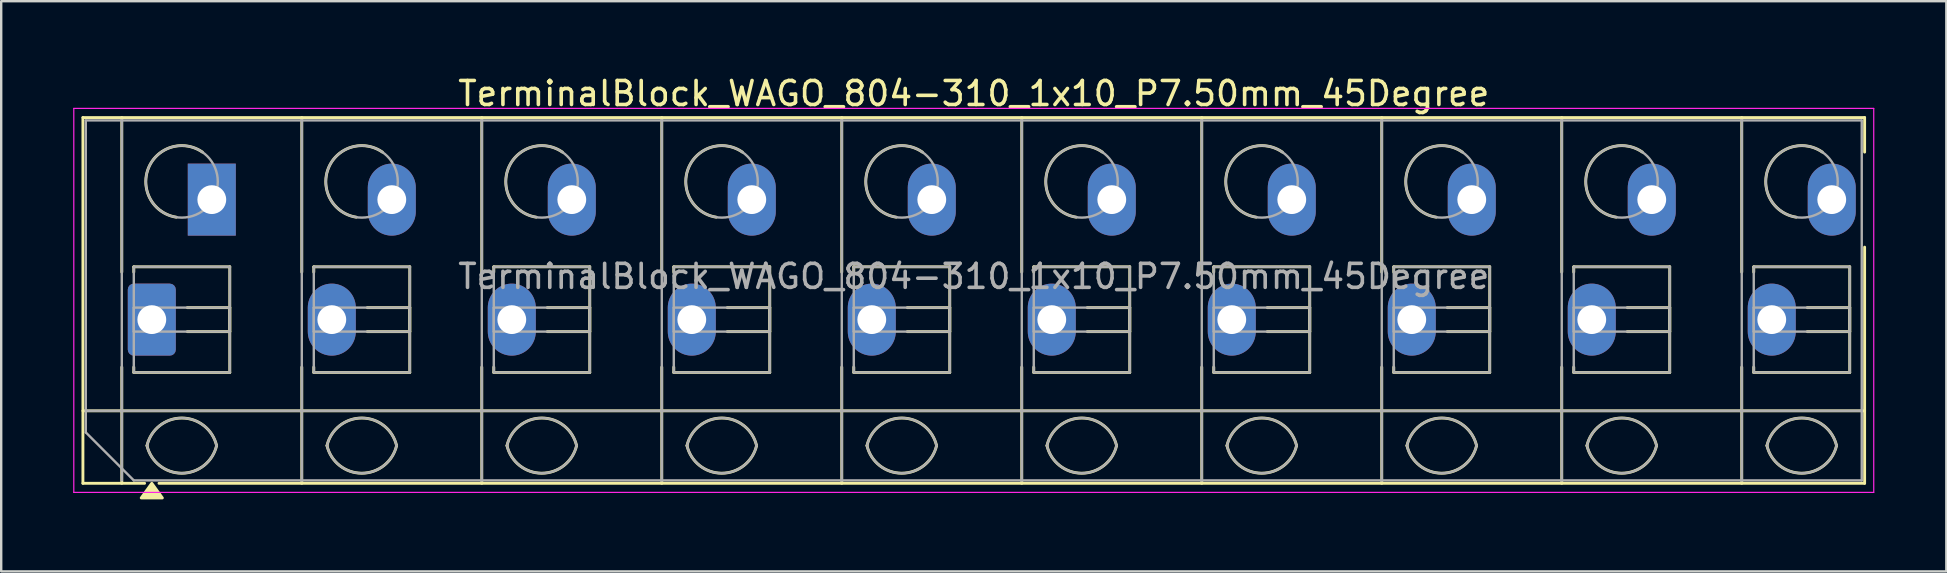
<source format=kicad_pcb>
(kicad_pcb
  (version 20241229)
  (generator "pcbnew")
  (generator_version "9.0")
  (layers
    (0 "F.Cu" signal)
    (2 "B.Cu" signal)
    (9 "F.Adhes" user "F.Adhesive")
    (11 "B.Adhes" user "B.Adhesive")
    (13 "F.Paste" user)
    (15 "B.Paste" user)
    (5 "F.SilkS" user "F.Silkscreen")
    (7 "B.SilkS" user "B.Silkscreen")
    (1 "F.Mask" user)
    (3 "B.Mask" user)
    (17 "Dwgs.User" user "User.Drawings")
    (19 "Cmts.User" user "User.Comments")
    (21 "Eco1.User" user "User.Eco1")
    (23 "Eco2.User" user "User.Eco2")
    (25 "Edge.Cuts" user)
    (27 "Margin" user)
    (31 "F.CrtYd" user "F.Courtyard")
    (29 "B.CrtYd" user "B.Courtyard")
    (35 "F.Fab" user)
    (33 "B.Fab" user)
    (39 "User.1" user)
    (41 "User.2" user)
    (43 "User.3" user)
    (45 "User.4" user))
  (footprint "TerminalBlock_WAGO_804-310_1x10_P7.50mm_45Degree"
    (layer "F.Cu")
    (at 3.275 10.268)
    (property "Reference" "TerminalBlock_WAGO_804-310_1x10_P7.50mm_45Degree" (at 34.25 -9.42 0) (layer "F.SilkS") (effects (font (size 1 1) (thickness 0.15))))
    (attr through_hole)
    (fp_line (start -2.87 -8.42) (end 71.37 -8.42) (stroke (width 0.12) (type solid)) (layer "F.SilkS"))
    (fp_line (start -2.87 3.8) (end 71.37 3.8) (stroke (width 0.12) (type solid)) (layer "F.SilkS"))
    (fp_line (start -2.87 6.82) (end -2.87 -8.42) (stroke (width 0.12) (type solid)) (layer "F.SilkS"))
    (fp_line (start -1.25 -8.42) (end -1.25 -1.98) (stroke (width 0.12) (type solid)) (layer "F.SilkS"))
    (fp_line (start -1.25 1.98) (end -1.25 6.82) (stroke (width 0.12) (type solid)) (layer "F.SilkS"))
    (fp_line (start -0.75 -2.2) (end 3.25 -2.2) (stroke (width 0.12) (type solid)) (layer "F.SilkS"))
    (fp_line (start -0.75 -1.98) (end -0.75 -2.2) (stroke (width 0.12) (type solid)) (layer "F.SilkS"))
    (fp_line (start -0.75 2.2) (end -0.75 1.98) (stroke (width 0.12) (type solid)) (layer "F.SilkS"))
    (fp_line (start -0.3 6.82) (end -2.87 6.82) (stroke (width 0.12) (type solid)) (layer "F.SilkS"))
    (fp_line (start 1.48 -0.5) (end 3.25 -0.5) (stroke (width 0.12) (type solid)) (layer "F.SilkS"))
    (fp_line (start 3.25 -2.2) (end 3.25 2.2) (stroke (width 0.12) (type solid)) (layer "F.SilkS"))
    (fp_line (start 3.25 -0.5) (end 3.25 0.5) (stroke (width 0.12) (type solid)) (layer "F.SilkS"))
    (fp_line (start 3.25 0.5) (end 1.48 0.5) (stroke (width 0.12) (type solid)) (layer "F.SilkS"))
    (fp_line (start 3.25 2.2) (end -0.75 2.2) (stroke (width 0.12) (type solid)) (layer "F.SilkS"))
    (fp_line (start 6.25 -8.42) (end 6.25 -1.98) (stroke (width 0.12) (type solid)) (layer "F.SilkS"))
    (fp_line (start 6.25 1.98) (end 6.25 6.82) (stroke (width 0.12) (type solid)) (layer "F.SilkS"))
    (fp_line (start 6.75 -2.2) (end 10.75 -2.2) (stroke (width 0.12) (type solid)) (layer "F.SilkS"))
    (fp_line (start 6.75 -1.98) (end 6.75 -2.2) (stroke (width 0.12) (type solid)) (layer "F.SilkS"))
    (fp_line (start 6.75 2.2) (end 6.75 1.98) (stroke (width 0.12) (type solid)) (layer "F.SilkS"))
    (fp_line (start 8.98 -0.5) (end 10.75 -0.5) (stroke (width 0.12) (type solid)) (layer "F.SilkS"))
    (fp_line (start 10.75 -2.2) (end 10.75 2.2) (stroke (width 0.12) (type solid)) (layer "F.SilkS"))
    (fp_line (start 10.75 -0.5) (end 10.75 0.5) (stroke (width 0.12) (type solid)) (layer "F.SilkS"))
    (fp_line (start 10.75 0.5) (end 8.98 0.5) (stroke (width 0.12) (type solid)) (layer "F.SilkS"))
    (fp_line (start 10.75 2.2) (end 6.75 2.2) (stroke (width 0.12) (type solid)) (layer "F.SilkS"))
    (fp_line (start 13.75 -8.42) (end 13.75 -1.98) (stroke (width 0.12) (type solid)) (layer "F.SilkS"))
    (fp_line (start 13.75 1.98) (end 13.75 6.82) (stroke (width 0.12) (type solid)) (layer "F.SilkS"))
    (fp_line (start 14.25 -2.2) (end 18.25 -2.2) (stroke (width 0.12) (type solid)) (layer "F.SilkS"))
    (fp_line (start 14.25 -1.98) (end 14.25 -2.2) (stroke (width 0.12) (type solid)) (layer "F.SilkS"))
    (fp_line (start 14.25 2.2) (end 14.25 1.98) (stroke (width 0.12) (type solid)) (layer "F.SilkS"))
    (fp_line (start 16.48 -0.5) (end 18.25 -0.5) (stroke (width 0.12) (type solid)) (layer "F.SilkS"))
    (fp_line (start 18.25 -2.2) (end 18.25 2.2) (stroke (width 0.12) (type solid)) (layer "F.SilkS"))
    (fp_line (start 18.25 -0.5) (end 18.25 0.5) (stroke (width 0.12) (type solid)) (layer "F.SilkS"))
    (fp_line (start 18.25 0.5) (end 16.48 0.5) (stroke (width 0.12) (type solid)) (layer "F.SilkS"))
    (fp_line (start 18.25 2.2) (end 14.25 2.2) (stroke (width 0.12) (type solid)) (layer "F.SilkS"))
    (fp_line (start 21.25 -8.42) (end 21.25 -1.98) (stroke (width 0.12) (type solid)) (layer "F.SilkS"))
    (fp_line (start 21.25 1.98) (end 21.25 6.82) (stroke (width 0.12) (type solid)) (layer "F.SilkS"))
    (fp_line (start 21.75 -2.2) (end 25.75 -2.2) (stroke (width 0.12) (type solid)) (layer "F.SilkS"))
    (fp_line (start 21.75 -1.98) (end 21.75 -2.2) (stroke (width 0.12) (type solid)) (layer "F.SilkS"))
    (fp_line (start 21.75 2.2) (end 21.75 1.98) (stroke (width 0.12) (type solid)) (layer "F.SilkS"))
    (fp_line (start 23.98 -0.5) (end 25.75 -0.5) (stroke (width 0.12) (type solid)) (layer "F.SilkS"))
    (fp_line (start 25.75 -2.2) (end 25.75 2.2) (stroke (width 0.12) (type solid)) (layer "F.SilkS"))
    (fp_line (start 25.75 -0.5) (end 25.75 0.5) (stroke (width 0.12) (type solid)) (layer "F.SilkS"))
    (fp_line (start 25.75 0.5) (end 23.98 0.5) (stroke (width 0.12) (type solid)) (layer "F.SilkS"))
    (fp_line (start 25.75 2.2) (end 21.75 2.2) (stroke (width 0.12) (type solid)) (layer "F.SilkS"))
    (fp_line (start 28.75 -8.42) (end 28.75 -1.98) (stroke (width 0.12) (type solid)) (layer "F.SilkS"))
    (fp_line (start 28.75 1.98) (end 28.75 6.82) (stroke (width 0.12) (type solid)) (layer "F.SilkS"))
    (fp_line (start 29.25 -2.2) (end 33.25 -2.2) (stroke (width 0.12) (type solid)) (layer "F.SilkS"))
    (fp_line (start 29.25 -1.98) (end 29.25 -2.2) (stroke (width 0.12) (type solid)) (layer "F.SilkS"))
    (fp_line (start 29.25 2.2) (end 29.25 1.98) (stroke (width 0.12) (type solid)) (layer "F.SilkS"))
    (fp_line (start 31.48 -0.5) (end 33.25 -0.5) (stroke (width 0.12) (type solid)) (layer "F.SilkS"))
    (fp_line (start 33.25 -2.2) (end 33.25 2.2) (stroke (width 0.12) (type solid)) (layer "F.SilkS"))
    (fp_line (start 33.25 -0.5) (end 33.25 0.5) (stroke (width 0.12) (type solid)) (layer "F.SilkS"))
    (fp_line (start 33.25 0.5) (end 31.48 0.5) (stroke (width 0.12) (type solid)) (layer "F.SilkS"))
    (fp_line (start 33.25 2.2) (end 29.25 2.2) (stroke (width 0.12) (type solid)) (layer "F.SilkS"))
    (fp_line (start 36.25 -8.42) (end 36.25 -1.98) (stroke (width 0.12) (type solid)) (layer "F.SilkS"))
    (fp_line (start 36.25 1.98) (end 36.25 6.82) (stroke (width 0.12) (type solid)) (layer "F.SilkS"))
    (fp_line (start 36.75 -2.2) (end 40.75 -2.2) (stroke (width 0.12) (type solid)) (layer "F.SilkS"))
    (fp_line (start 36.75 -1.98) (end 36.75 -2.2) (stroke (width 0.12) (type solid)) (layer "F.SilkS"))
    (fp_line (start 36.75 2.2) (end 36.75 1.98) (stroke (width 0.12) (type solid)) (layer "F.SilkS"))
    (fp_line (start 38.98 -0.5) (end 40.75 -0.5) (stroke (width 0.12) (type solid)) (layer "F.SilkS"))
    (fp_line (start 40.75 -2.2) (end 40.75 2.2) (stroke (width 0.12) (type solid)) (layer "F.SilkS"))
    (fp_line (start 40.75 -0.5) (end 40.75 0.5) (stroke (width 0.12) (type solid)) (layer "F.SilkS"))
    (fp_line (start 40.75 0.5) (end 38.98 0.5) (stroke (width 0.12) (type solid)) (layer "F.SilkS"))
    (fp_line (start 40.75 2.2) (end 36.75 2.2) (stroke (width 0.12) (type solid)) (layer "F.SilkS"))
    (fp_line (start 43.75 -8.42) (end 43.75 -1.98) (stroke (width 0.12) (type solid)) (layer "F.SilkS"))
    (fp_line (start 43.75 1.98) (end 43.75 6.82) (stroke (width 0.12) (type solid)) (layer "F.SilkS"))
    (fp_line (start 44.25 -2.2) (end 48.25 -2.2) (stroke (width 0.12) (type solid)) (layer "F.SilkS"))
    (fp_line (start 44.25 -1.98) (end 44.25 -2.2) (stroke (width 0.12) (type solid)) (layer "F.SilkS"))
    (fp_line (start 44.25 2.2) (end 44.25 1.98) (stroke (width 0.12) (type solid)) (layer "F.SilkS"))
    (fp_line (start 46.48 -0.5) (end 48.25 -0.5) (stroke (width 0.12) (type solid)) (layer "F.SilkS"))
    (fp_line (start 48.25 -2.2) (end 48.25 2.2) (stroke (width 0.12) (type solid)) (layer "F.SilkS"))
    (fp_line (start 48.25 -0.5) (end 48.25 0.5) (stroke (width 0.12) (type solid)) (layer "F.SilkS"))
    (fp_line (start 48.25 0.5) (end 46.48 0.5) (stroke (width 0.12) (type solid)) (layer "F.SilkS"))
    (fp_line (start 48.25 2.2) (end 44.25 2.2) (stroke (width 0.12) (type solid)) (layer "F.SilkS"))
    (fp_line (start 51.25 -8.42) (end 51.25 -1.98) (stroke (width 0.12) (type solid)) (layer "F.SilkS"))
    (fp_line (start 51.25 1.98) (end 51.25 6.82) (stroke (width 0.12) (type solid)) (layer "F.SilkS"))
    (fp_line (start 51.75 -2.2) (end 55.75 -2.2) (stroke (width 0.12) (type solid)) (layer "F.SilkS"))
    (fp_line (start 51.75 -1.98) (end 51.75 -2.2) (stroke (width 0.12) (type solid)) (layer "F.SilkS"))
    (fp_line (start 51.75 2.2) (end 51.75 1.98) (stroke (width 0.12) (type solid)) (layer "F.SilkS"))
    (fp_line (start 53.98 -0.5) (end 55.75 -0.5) (stroke (width 0.12) (type solid)) (layer "F.SilkS"))
    (fp_line (start 55.75 -2.2) (end 55.75 2.2) (stroke (width 0.12) (type solid)) (layer "F.SilkS"))
    (fp_line (start 55.75 -0.5) (end 55.75 0.5) (stroke (width 0.12) (type solid)) (layer "F.SilkS"))
    (fp_line (start 55.75 0.5) (end 53.98 0.5) (stroke (width 0.12) (type solid)) (layer "F.SilkS"))
    (fp_line (start 55.75 2.2) (end 51.75 2.2) (stroke (width 0.12) (type solid)) (layer "F.SilkS"))
    (fp_line (start 58.75 -8.42) (end 58.75 -1.98) (stroke (width 0.12) (type solid)) (layer "F.SilkS"))
    (fp_line (start 58.75 1.98) (end 58.75 6.82) (stroke (width 0.12) (type solid)) (layer "F.SilkS"))
    (fp_line (start 59.25 -2.2) (end 63.25 -2.2) (stroke (width 0.12) (type solid)) (layer "F.SilkS"))
    (fp_line (start 59.25 -1.98) (end 59.25 -2.2) (stroke (width 0.12) (type solid)) (layer "F.SilkS"))
    (fp_line (start 59.25 2.2) (end 59.25 1.98) (stroke (width 0.12) (type solid)) (layer "F.SilkS"))
    (fp_line (start 61.48 -0.5) (end 63.25 -0.5) (stroke (width 0.12) (type solid)) (layer "F.SilkS"))
    (fp_line (start 63.25 -2.2) (end 63.25 2.2) (stroke (width 0.12) (type solid)) (layer "F.SilkS"))
    (fp_line (start 63.25 -0.5) (end 63.25 0.5) (stroke (width 0.12) (type solid)) (layer "F.SilkS"))
    (fp_line (start 63.25 0.5) (end 61.48 0.5) (stroke (width 0.12) (type solid)) (layer "F.SilkS"))
    (fp_line (start 63.25 2.2) (end 59.25 2.2) (stroke (width 0.12) (type solid)) (layer "F.SilkS"))
    (fp_line (start 66.25 -8.42) (end 66.25 -1.98) (stroke (width 0.12) (type solid)) (layer "F.SilkS"))
    (fp_line (start 66.25 1.98) (end 66.25 6.82) (stroke (width 0.12) (type solid)) (layer "F.SilkS"))
    (fp_line (start 66.75 -2.2) (end 70.75 -2.2) (stroke (width 0.12) (type solid)) (layer "F.SilkS"))
    (fp_line (start 66.75 -1.98) (end 66.75 -2.2) (stroke (width 0.12) (type solid)) (layer "F.SilkS"))
    (fp_line (start 66.75 2.2) (end 66.75 1.98) (stroke (width 0.12) (type solid)) (layer "F.SilkS"))
    (fp_line (start 68.98 -0.5) (end 70.75 -0.5) (stroke (width 0.12) (type solid)) (layer "F.SilkS"))
    (fp_line (start 70.75 -2.2) (end 70.75 2.2) (stroke (width 0.12) (type solid)) (layer "F.SilkS"))
    (fp_line (start 70.75 -0.5) (end 70.75 0.5) (stroke (width 0.12) (type solid)) (layer "F.SilkS"))
    (fp_line (start 70.75 0.5) (end 68.98 0.5) (stroke (width 0.12) (type solid)) (layer "F.SilkS"))
    (fp_line (start 70.75 2.2) (end 66.75 2.2) (stroke (width 0.12) (type solid)) (layer "F.SilkS"))
    (fp_line (start 71.37 -8.42) (end 71.37 -6.98) (stroke (width 0.12) (type solid)) (layer "F.SilkS"))
    (fp_line (start 71.37 -3.02) (end 71.37 6.82) (stroke (width 0.12) (type solid)) (layer "F.SilkS"))
    (fp_line (start 71.37 6.82) (end 0.3 6.82) (stroke (width 0.12) (type solid)) (layer "F.SilkS"))
    (fp_arc (start -0.2 5.25) (mid 1.25 4.1) (end 2.7 5.25) (stroke (width 0.12) (type solid)) (layer "F.SilkS"))
    (fp_arc (start 1.02 -4.268) (mid -0.141916 -6.309209) (end 2.109 -6.98) (stroke (width 0.12) (type solid)) (layer "F.SilkS"))
    (fp_arc (start 2.7 5.25) (mid 1.25 6.4) (end -0.2 5.25) (stroke (width 0.12) (type solid)) (layer "F.SilkS"))
    (fp_arc (start 7.3 5.25) (mid 8.75 4.1) (end 10.2 5.25) (stroke (width 0.12) (type solid)) (layer "F.SilkS"))
    (fp_arc (start 8.52 -4.268) (mid 7.358084 -6.309209) (end 9.609 -6.98) (stroke (width 0.12) (type solid)) (layer "F.SilkS"))
    (fp_arc (start 10.2 5.25) (mid 8.75 6.4) (end 7.3 5.25) (stroke (width 0.12) (type solid)) (layer "F.SilkS"))
    (fp_arc (start 14.8 5.25) (mid 16.25 4.1) (end 17.7 5.25) (stroke (width 0.12) (type solid)) (layer "F.SilkS"))
    (fp_arc (start 16.02 -4.268) (mid 14.858084 -6.309209) (end 17.109 -6.98) (stroke (width 0.12) (type solid)) (layer "F.SilkS"))
    (fp_arc (start 17.7 5.25) (mid 16.25 6.4) (end 14.8 5.25) (stroke (width 0.12) (type solid)) (layer "F.SilkS"))
    (fp_arc (start 22.3 5.25) (mid 23.75 4.1) (end 25.2 5.25) (stroke (width 0.12) (type solid)) (layer "F.SilkS"))
    (fp_arc (start 23.52 -4.268) (mid 22.358084 -6.309209) (end 24.609 -6.98) (stroke (width 0.12) (type solid)) (layer "F.SilkS"))
    (fp_arc (start 25.2 5.25) (mid 23.75 6.4) (end 22.3 5.25) (stroke (width 0.12) (type solid)) (layer "F.SilkS"))
    (fp_arc (start 29.8 5.25) (mid 31.25 4.1) (end 32.7 5.25) (stroke (width 0.12) (type solid)) (layer "F.SilkS"))
    (fp_arc (start 31.02 -4.268) (mid 29.858084 -6.309209) (end 32.109 -6.98) (stroke (width 0.12) (type solid)) (layer "F.SilkS"))
    (fp_arc (start 32.7 5.25) (mid 31.25 6.4) (end 29.8 5.25) (stroke (width 0.12) (type solid)) (layer "F.SilkS"))
    (fp_arc (start 37.3 5.25) (mid 38.75 4.1) (end 40.2 5.25) (stroke (width 0.12) (type solid)) (layer "F.SilkS"))
    (fp_arc (start 38.52 -4.268) (mid 37.358084 -6.309209) (end 39.609 -6.98) (stroke (width 0.12) (type solid)) (layer "F.SilkS"))
    (fp_arc (start 40.2 5.25) (mid 38.75 6.4) (end 37.3 5.25) (stroke (width 0.12) (type solid)) (layer "F.SilkS"))
    (fp_arc (start 44.8 5.25) (mid 46.25 4.1) (end 47.7 5.25) (stroke (width 0.12) (type solid)) (layer "F.SilkS"))
    (fp_arc (start 46.02 -4.268) (mid 44.858084 -6.309209) (end 47.109 -6.98) (stroke (width 0.12) (type solid)) (layer "F.SilkS"))
    (fp_arc (start 47.7 5.25) (mid 46.25 6.4) (end 44.8 5.25) (stroke (width 0.12) (type solid)) (layer "F.SilkS"))
    (fp_arc (start 52.3 5.25) (mid 53.75 4.1) (end 55.2 5.25) (stroke (width 0.12) (type solid)) (layer "F.SilkS"))
    (fp_arc (start 53.52 -4.268) (mid 52.358084 -6.309209) (end 54.609 -6.98) (stroke (width 0.12) (type solid)) (layer "F.SilkS"))
    (fp_arc (start 55.2 5.25) (mid 53.75 6.4) (end 52.3 5.25) (stroke (width 0.12) (type solid)) (layer "F.SilkS"))
    (fp_arc (start 59.8 5.25) (mid 61.25 4.1) (end 62.7 5.25) (stroke (width 0.12) (type solid)) (layer "F.SilkS"))
    (fp_arc (start 61.02 -4.268) (mid 59.858084 -6.309209) (end 62.109 -6.98) (stroke (width 0.12) (type solid)) (layer "F.SilkS"))
    (fp_arc (start 62.7 5.25) (mid 61.25 6.4) (end 59.8 5.25) (stroke (width 0.12) (type solid)) (layer "F.SilkS"))
    (fp_arc (start 67.3 5.25) (mid 68.75 4.1) (end 70.2 5.25) (stroke (width 0.12) (type solid)) (layer "F.SilkS"))
    (fp_arc (start 68.52 -4.268) (mid 67.358084 -6.309209) (end 69.609 -6.98) (stroke (width 0.12) (type solid)) (layer "F.SilkS"))
    (fp_arc (start 70.2 5.25) (mid 68.75 6.4) (end 67.3 5.25) (stroke (width 0.12) (type solid)) (layer "F.SilkS"))
    (fp_poly (pts (xy 0 6.82) (xy 0.44 7.43) (xy -0.44 7.43)) (stroke (width 0.12) (type solid)) (fill yes) (layer "F.SilkS"))
    (fp_line (start -3.25 -8.8) (end -3.25 7.2) (stroke (width 0.05) (type solid)) (layer "F.CrtYd"))
    (fp_line (start -3.25 7.2) (end 71.75 7.2) (stroke (width 0.05) (type solid)) (layer "F.CrtYd"))
    (fp_line (start 71.75 -8.8) (end -3.25 -8.8) (stroke (width 0.05) (type solid)) (layer "F.CrtYd"))
    (fp_line (start 71.75 7.2) (end 71.75 -8.8) (stroke (width 0.05) (type solid)) (layer "F.CrtYd"))
    (fp_line (start -2.75 -8.3) (end 71.25 -8.3) (stroke (width 0.1) (type solid)) (layer "F.Fab"))
    (fp_line (start -2.75 3.8) (end 71.25 3.8) (stroke (width 0.1) (type solid)) (layer "F.Fab"))
    (fp_line (start -2.75 4.7) (end -2.75 -8.3) (stroke (width 0.1) (type solid)) (layer "F.Fab"))
    (fp_line (start -1.25 -8.3) (end -1.25 6.7) (stroke (width 0.1) (type solid)) (layer "F.Fab"))
    (fp_line (start -0.75 -2.2) (end -0.75 2.2) (stroke (width 0.1) (type solid)) (layer "F.Fab"))
    (fp_line (start -0.75 -0.5) (end -0.75 0.5) (stroke (width 0.1) (type solid)) (layer "F.Fab"))
    (fp_line (start -0.75 0.5) (end 3.25 0.5) (stroke (width 0.1) (type solid)) (layer "F.Fab"))
    (fp_line (start -0.75 2.2) (end 3.25 2.2) (stroke (width 0.1) (type solid)) (layer "F.Fab"))
    (fp_line (start -0.75 6.7) (end -2.75 4.7) (stroke (width 0.1) (type solid)) (layer "F.Fab"))
    (fp_line (start 3.25 -2.2) (end -0.75 -2.2) (stroke (width 0.1) (type solid)) (layer "F.Fab"))
    (fp_line (start 3.25 -0.5) (end -0.75 -0.5) (stroke (width 0.1) (type solid)) (layer "F.Fab"))
    (fp_line (start 3.25 0.5) (end 3.25 -0.5) (stroke (width 0.1) (type solid)) (layer "F.Fab"))
    (fp_line (start 3.25 2.2) (end 3.25 -2.2) (stroke (width 0.1) (type solid)) (layer "F.Fab"))
    (fp_line (start 6.25 -8.3) (end 6.25 6.7) (stroke (width 0.1) (type solid)) (layer "F.Fab"))
    (fp_line (start 6.75 -2.2) (end 6.75 2.2) (stroke (width 0.1) (type solid)) (layer "F.Fab"))
    (fp_line (start 6.75 -0.5) (end 6.75 0.5) (stroke (width 0.1) (type solid)) (layer "F.Fab"))
    (fp_line (start 6.75 0.5) (end 10.75 0.5) (stroke (width 0.1) (type solid)) (layer "F.Fab"))
    (fp_line (start 6.75 2.2) (end 10.75 2.2) (stroke (width 0.1) (type solid)) (layer "F.Fab"))
    (fp_line (start 10.75 -2.2) (end 6.75 -2.2) (stroke (width 0.1) (type solid)) (layer "F.Fab"))
    (fp_line (start 10.75 -0.5) (end 6.75 -0.5) (stroke (width 0.1) (type solid)) (layer "F.Fab"))
    (fp_line (start 10.75 0.5) (end 10.75 -0.5) (stroke (width 0.1) (type solid)) (layer "F.Fab"))
    (fp_line (start 10.75 2.2) (end 10.75 -2.2) (stroke (width 0.1) (type solid)) (layer "F.Fab"))
    (fp_line (start 13.75 -8.3) (end 13.75 6.7) (stroke (width 0.1) (type solid)) (layer "F.Fab"))
    (fp_line (start 14.25 -2.2) (end 14.25 2.2) (stroke (width 0.1) (type solid)) (layer "F.Fab"))
    (fp_line (start 14.25 -0.5) (end 14.25 0.5) (stroke (width 0.1) (type solid)) (layer "F.Fab"))
    (fp_line (start 14.25 0.5) (end 18.25 0.5) (stroke (width 0.1) (type solid)) (layer "F.Fab"))
    (fp_line (start 14.25 2.2) (end 18.25 2.2) (stroke (width 0.1) (type solid)) (layer "F.Fab"))
    (fp_line (start 18.25 -2.2) (end 14.25 -2.2) (stroke (width 0.1) (type solid)) (layer "F.Fab"))
    (fp_line (start 18.25 -0.5) (end 14.25 -0.5) (stroke (width 0.1) (type solid)) (layer "F.Fab"))
    (fp_line (start 18.25 0.5) (end 18.25 -0.5) (stroke (width 0.1) (type solid)) (layer "F.Fab"))
    (fp_line (start 18.25 2.2) (end 18.25 -2.2) (stroke (width 0.1) (type solid)) (layer "F.Fab"))
    (fp_line (start 21.25 -8.3) (end 21.25 6.7) (stroke (width 0.1) (type solid)) (layer "F.Fab"))
    (fp_line (start 21.75 -2.2) (end 21.75 2.2) (stroke (width 0.1) (type solid)) (layer "F.Fab"))
    (fp_line (start 21.75 -0.5) (end 21.75 0.5) (stroke (width 0.1) (type solid)) (layer "F.Fab"))
    (fp_line (start 21.75 0.5) (end 25.75 0.5) (stroke (width 0.1) (type solid)) (layer "F.Fab"))
    (fp_line (start 21.75 2.2) (end 25.75 2.2) (stroke (width 0.1) (type solid)) (layer "F.Fab"))
    (fp_line (start 25.75 -2.2) (end 21.75 -2.2) (stroke (width 0.1) (type solid)) (layer "F.Fab"))
    (fp_line (start 25.75 -0.5) (end 21.75 -0.5) (stroke (width 0.1) (type solid)) (layer "F.Fab"))
    (fp_line (start 25.75 0.5) (end 25.75 -0.5) (stroke (width 0.1) (type solid)) (layer "F.Fab"))
    (fp_line (start 25.75 2.2) (end 25.75 -2.2) (stroke (width 0.1) (type solid)) (layer "F.Fab"))
    (fp_line (start 28.75 -8.3) (end 28.75 6.7) (stroke (width 0.1) (type solid)) (layer "F.Fab"))
    (fp_line (start 29.25 -2.2) (end 29.25 2.2) (stroke (width 0.1) (type solid)) (layer "F.Fab"))
    (fp_line (start 29.25 -0.5) (end 29.25 0.5) (stroke (width 0.1) (type solid)) (layer "F.Fab"))
    (fp_line (start 29.25 0.5) (end 33.25 0.5) (stroke (width 0.1) (type solid)) (layer "F.Fab"))
    (fp_line (start 29.25 2.2) (end 33.25 2.2) (stroke (width 0.1) (type solid)) (layer "F.Fab"))
    (fp_line (start 33.25 -2.2) (end 29.25 -2.2) (stroke (width 0.1) (type solid)) (layer "F.Fab"))
    (fp_line (start 33.25 -0.5) (end 29.25 -0.5) (stroke (width 0.1) (type solid)) (layer "F.Fab"))
    (fp_line (start 33.25 0.5) (end 33.25 -0.5) (stroke (width 0.1) (type solid)) (layer "F.Fab"))
    (fp_line (start 33.25 2.2) (end 33.25 -2.2) (stroke (width 0.1) (type solid)) (layer "F.Fab"))
    (fp_line (start 36.25 -8.3) (end 36.25 6.7) (stroke (width 0.1) (type solid)) (layer "F.Fab"))
    (fp_line (start 36.75 -2.2) (end 36.75 2.2) (stroke (width 0.1) (type solid)) (layer "F.Fab"))
    (fp_line (start 36.75 -0.5) (end 36.75 0.5) (stroke (width 0.1) (type solid)) (layer "F.Fab"))
    (fp_line (start 36.75 0.5) (end 40.75 0.5) (stroke (width 0.1) (type solid)) (layer "F.Fab"))
    (fp_line (start 36.75 2.2) (end 40.75 2.2) (stroke (width 0.1) (type solid)) (layer "F.Fab"))
    (fp_line (start 40.75 -2.2) (end 36.75 -2.2) (stroke (width 0.1) (type solid)) (layer "F.Fab"))
    (fp_line (start 40.75 -0.5) (end 36.75 -0.5) (stroke (width 0.1) (type solid)) (layer "F.Fab"))
    (fp_line (start 40.75 0.5) (end 40.75 -0.5) (stroke (width 0.1) (type solid)) (layer "F.Fab"))
    (fp_line (start 40.75 2.2) (end 40.75 -2.2) (stroke (width 0.1) (type solid)) (layer "F.Fab"))
    (fp_line (start 43.75 -8.3) (end 43.75 6.7) (stroke (width 0.1) (type solid)) (layer "F.Fab"))
    (fp_line (start 44.25 -2.2) (end 44.25 2.2) (stroke (width 0.1) (type solid)) (layer "F.Fab"))
    (fp_line (start 44.25 -0.5) (end 44.25 0.5) (stroke (width 0.1) (type solid)) (layer "F.Fab"))
    (fp_line (start 44.25 0.5) (end 48.25 0.5) (stroke (width 0.1) (type solid)) (layer "F.Fab"))
    (fp_line (start 44.25 2.2) (end 48.25 2.2) (stroke (width 0.1) (type solid)) (layer "F.Fab"))
    (fp_line (start 48.25 -2.2) (end 44.25 -2.2) (stroke (width 0.1) (type solid)) (layer "F.Fab"))
    (fp_line (start 48.25 -0.5) (end 44.25 -0.5) (stroke (width 0.1) (type solid)) (layer "F.Fab"))
    (fp_line (start 48.25 0.5) (end 48.25 -0.5) (stroke (width 0.1) (type solid)) (layer "F.Fab"))
    (fp_line (start 48.25 2.2) (end 48.25 -2.2) (stroke (width 0.1) (type solid)) (layer "F.Fab"))
    (fp_line (start 51.25 -8.3) (end 51.25 6.7) (stroke (width 0.1) (type solid)) (layer "F.Fab"))
    (fp_line (start 51.75 -2.2) (end 51.75 2.2) (stroke (width 0.1) (type solid)) (layer "F.Fab"))
    (fp_line (start 51.75 -0.5) (end 51.75 0.5) (stroke (width 0.1) (type solid)) (layer "F.Fab"))
    (fp_line (start 51.75 0.5) (end 55.75 0.5) (stroke (width 0.1) (type solid)) (layer "F.Fab"))
    (fp_line (start 51.75 2.2) (end 55.75 2.2) (stroke (width 0.1) (type solid)) (layer "F.Fab"))
    (fp_line (start 55.75 -2.2) (end 51.75 -2.2) (stroke (width 0.1) (type solid)) (layer "F.Fab"))
    (fp_line (start 55.75 -0.5) (end 51.75 -0.5) (stroke (width 0.1) (type solid)) (layer "F.Fab"))
    (fp_line (start 55.75 0.5) (end 55.75 -0.5) (stroke (width 0.1) (type solid)) (layer "F.Fab"))
    (fp_line (start 55.75 2.2) (end 55.75 -2.2) (stroke (width 0.1) (type solid)) (layer "F.Fab"))
    (fp_line (start 58.75 -8.3) (end 58.75 6.7) (stroke (width 0.1) (type solid)) (layer "F.Fab"))
    (fp_line (start 59.25 -2.2) (end 59.25 2.2) (stroke (width 0.1) (type solid)) (layer "F.Fab"))
    (fp_line (start 59.25 -0.5) (end 59.25 0.5) (stroke (width 0.1) (type solid)) (layer "F.Fab"))
    (fp_line (start 59.25 0.5) (end 63.25 0.5) (stroke (width 0.1) (type solid)) (layer "F.Fab"))
    (fp_line (start 59.25 2.2) (end 63.25 2.2) (stroke (width 0.1) (type solid)) (layer "F.Fab"))
    (fp_line (start 63.25 -2.2) (end 59.25 -2.2) (stroke (width 0.1) (type solid)) (layer "F.Fab"))
    (fp_line (start 63.25 -0.5) (end 59.25 -0.5) (stroke (width 0.1) (type solid)) (layer "F.Fab"))
    (fp_line (start 63.25 0.5) (end 63.25 -0.5) (stroke (width 0.1) (type solid)) (layer "F.Fab"))
    (fp_line (start 63.25 2.2) (end 63.25 -2.2) (stroke (width 0.1) (type solid)) (layer "F.Fab"))
    (fp_line (start 66.25 -8.3) (end 66.25 6.7) (stroke (width 0.1) (type solid)) (layer "F.Fab"))
    (fp_line (start 66.75 -2.2) (end 66.75 2.2) (stroke (width 0.1) (type solid)) (layer "F.Fab"))
    (fp_line (start 66.75 -0.5) (end 66.75 0.5) (stroke (width 0.1) (type solid)) (layer "F.Fab"))
    (fp_line (start 66.75 0.5) (end 70.75 0.5) (stroke (width 0.1) (type solid)) (layer "F.Fab"))
    (fp_line (start 66.75 2.2) (end 70.75 2.2) (stroke (width 0.1) (type solid)) (layer "F.Fab"))
    (fp_line (start 70.75 -2.2) (end 66.75 -2.2) (stroke (width 0.1) (type solid)) (layer "F.Fab"))
    (fp_line (start 70.75 -0.5) (end 66.75 -0.5) (stroke (width 0.1) (type solid)) (layer "F.Fab"))
    (fp_line (start 70.75 0.5) (end 70.75 -0.5) (stroke (width 0.1) (type solid)) (layer "F.Fab"))
    (fp_line (start 70.75 2.2) (end 70.75 -2.2) (stroke (width 0.1) (type solid)) (layer "F.Fab"))
    (fp_line (start 71.25 -8.3) (end 71.25 6.7) (stroke (width 0.1) (type solid)) (layer "F.Fab"))
    (fp_line (start 71.25 6.7) (end -0.75 6.7) (stroke (width 0.1) (type solid)) (layer "F.Fab"))
    (fp_arc (start -0.2 5.25) (mid 1.25 4.1) (end 2.7 5.25) (stroke (width 0.1) (type solid)) (layer "F.Fab"))
    (fp_arc (start 2.7 5.25) (mid 1.25 6.4) (end -0.2 5.25) (stroke (width 0.1) (type solid)) (layer "F.Fab"))
    (fp_arc (start 7.3 5.25) (mid 8.75 4.1) (end 10.2 5.25) (stroke (width 0.1) (type solid)) (layer "F.Fab"))
    (fp_arc (start 10.2 5.25) (mid 8.75 6.4) (end 7.3 5.25) (stroke (width 0.1) (type solid)) (layer "F.Fab"))
    (fp_arc (start 14.8 5.25) (mid 16.25 4.1) (end 17.7 5.25) (stroke (width 0.1) (type solid)) (layer "F.Fab"))
    (fp_arc (start 17.7 5.25) (mid 16.25 6.4) (end 14.8 5.25) (stroke (width 0.1) (type solid)) (layer "F.Fab"))
    (fp_arc (start 22.3 5.25) (mid 23.75 4.1) (end 25.2 5.25) (stroke (width 0.1) (type solid)) (layer "F.Fab"))
    (fp_arc (start 25.2 5.25) (mid 23.75 6.4) (end 22.3 5.25) (stroke (width 0.1) (type solid)) (layer "F.Fab"))
    (fp_arc (start 29.8 5.25) (mid 31.25 4.1) (end 32.7 5.25) (stroke (width 0.1) (type solid)) (layer "F.Fab"))
    (fp_arc (start 32.7 5.25) (mid 31.25 6.4) (end 29.8 5.25) (stroke (width 0.1) (type solid)) (layer "F.Fab"))
    (fp_arc (start 37.3 5.25) (mid 38.75 4.1) (end 40.2 5.25) (stroke (width 0.1) (type solid)) (layer "F.Fab"))
    (fp_arc (start 40.2 5.25) (mid 38.75 6.4) (end 37.3 5.25) (stroke (width 0.1) (type solid)) (layer "F.Fab"))
    (fp_arc (start 44.8 5.25) (mid 46.25 4.1) (end 47.7 5.25) (stroke (width 0.1) (type solid)) (layer "F.Fab"))
    (fp_arc (start 47.7 5.25) (mid 46.25 6.4) (end 44.8 5.25) (stroke (width 0.1) (type solid)) (layer "F.Fab"))
    (fp_arc (start 52.3 5.25) (mid 53.75 4.1) (end 55.2 5.25) (stroke (width 0.1) (type solid)) (layer "F.Fab"))
    (fp_arc (start 55.2 5.25) (mid 53.75 6.4) (end 52.3 5.25) (stroke (width 0.1) (type solid)) (layer "F.Fab"))
    (fp_arc (start 59.8 5.25) (mid 61.25 4.1) (end 62.7 5.25) (stroke (width 0.1) (type solid)) (layer "F.Fab"))
    (fp_arc (start 62.7 5.25) (mid 61.25 6.4) (end 59.8 5.25) (stroke (width 0.1) (type solid)) (layer "F.Fab"))
    (fp_arc (start 67.3 5.25) (mid 68.75 4.1) (end 70.2 5.25) (stroke (width 0.1) (type solid)) (layer "F.Fab"))
    (fp_arc (start 70.2 5.25) (mid 68.75 6.4) (end 67.3 5.25) (stroke (width 0.1) (type solid)) (layer "F.Fab"))
    (fp_circle (center 1.25 -5.75) (end 2.75 -5.75) (stroke (width 0.1) (type solid)) (fill no) (layer "F.Fab"))
    (fp_circle (center 8.75 -5.75) (end 10.25 -5.75) (stroke (width 0.1) (type solid)) (fill no) (layer "F.Fab"))
    (fp_circle (center 16.25 -5.75) (end 17.75 -5.75) (stroke (width 0.1) (type solid)) (fill no) (layer "F.Fab"))
    (fp_circle (center 23.75 -5.75) (end 25.25 -5.75) (stroke (width 0.1) (type solid)) (fill no) (layer "F.Fab"))
    (fp_circle (center 31.25 -5.75) (end 32.75 -5.75) (stroke (width 0.1) (type solid)) (fill no) (layer "F.Fab"))
    (fp_circle (center 38.75 -5.75) (end 40.25 -5.75) (stroke (width 0.1) (type solid)) (fill no) (layer "F.Fab"))
    (fp_circle (center 46.25 -5.75) (end 47.75 -5.75) (stroke (width 0.1) (type solid)) (fill no) (layer "F.Fab"))
    (fp_circle (center 53.75 -5.75) (end 55.25 -5.75) (stroke (width 0.1) (type solid)) (fill no) (layer "F.Fab"))
    (fp_circle (center 61.25 -5.75) (end 62.75 -5.75) (stroke (width 0.1) (type solid)) (fill no) (layer "F.Fab"))
    (fp_circle (center 68.75 -5.75) (end 70.25 -5.75) (stroke (width 0.1) (type solid)) (fill no) (layer "F.Fab"))
    (fp_text user "${REFERENCE}" (at 34.25 -1.8 0) (layer "F.Fab") (effects (font (size 1 1) (thickness 0.15))))
    (pad "1" thru_hole roundrect (at 0 0) (size 2 3) (drill 1.2) (layers "*.Cu" "*.Mask") (roundrect_rratio 0.125))
    (pad "1" thru_hole rect (at 2.5 -5) (size 2 3) (drill 1.2) (layers "*.Cu" "*.Mask"))
    (pad "2" thru_hole oval (at 7.5 0) (size 2 3) (drill 1.2) (layers "*.Cu" "*.Mask"))
    (pad "2" thru_hole oval (at 10 -5) (size 2 3) (drill 1.2) (layers "*.Cu" "*.Mask"))
    (pad "3" thru_hole oval (at 15 0) (size 2 3) (drill 1.2) (layers "*.Cu" "*.Mask"))
    (pad "3" thru_hole oval (at 17.5 -5) (size 2 3) (drill 1.2) (layers "*.Cu" "*.Mask"))
    (pad "4" thru_hole oval (at 22.5 0) (size 2 3) (drill 1.2) (layers "*.Cu" "*.Mask"))
    (pad "4" thru_hole oval (at 25 -5) (size 2 3) (drill 1.2) (layers "*.Cu" "*.Mask"))
    (pad "5" thru_hole oval (at 30 0) (size 2 3) (drill 1.2) (layers "*.Cu" "*.Mask"))
    (pad "5" thru_hole oval (at 32.5 -5) (size 2 3) (drill 1.2) (layers "*.Cu" "*.Mask"))
    (pad "6" thru_hole oval (at 37.5 0) (size 2 3) (drill 1.2) (layers "*.Cu" "*.Mask"))
    (pad "6" thru_hole oval (at 40 -5) (size 2 3) (drill 1.2) (layers "*.Cu" "*.Mask"))
    (pad "7" thru_hole oval (at 45 0) (size 2 3) (drill 1.2) (layers "*.Cu" "*.Mask"))
    (pad "7" thru_hole oval (at 47.5 -5) (size 2 3) (drill 1.2) (layers "*.Cu" "*.Mask"))
    (pad "8" thru_hole oval (at 52.5 0) (size 2 3) (drill 1.2) (layers "*.Cu" "*.Mask"))
    (pad "8" thru_hole oval (at 55 -5) (size 2 3) (drill 1.2) (layers "*.Cu" "*.Mask"))
    (pad "9" thru_hole oval (at 60 0) (size 2 3) (drill 1.2) (layers "*.Cu" "*.Mask"))
    (pad "9" thru_hole oval (at 62.5 -5) (size 2 3) (drill 1.2) (layers "*.Cu" "*.Mask"))
    (pad "10" thru_hole oval (at 67.5 0) (size 2 3) (drill 1.2) (layers "*.Cu" "*.Mask"))
    (pad "10" thru_hole oval (at 70 -5) (size 2 3) (drill 1.2) (layers "*.Cu" "*.Mask")))
  (gr_rect
    (start -3 -3)
    (end 78.05 20.758)
    (stroke (width 0.1) (type default))
    (fill no)
    (layer "Edge.Cuts")))
</source>
